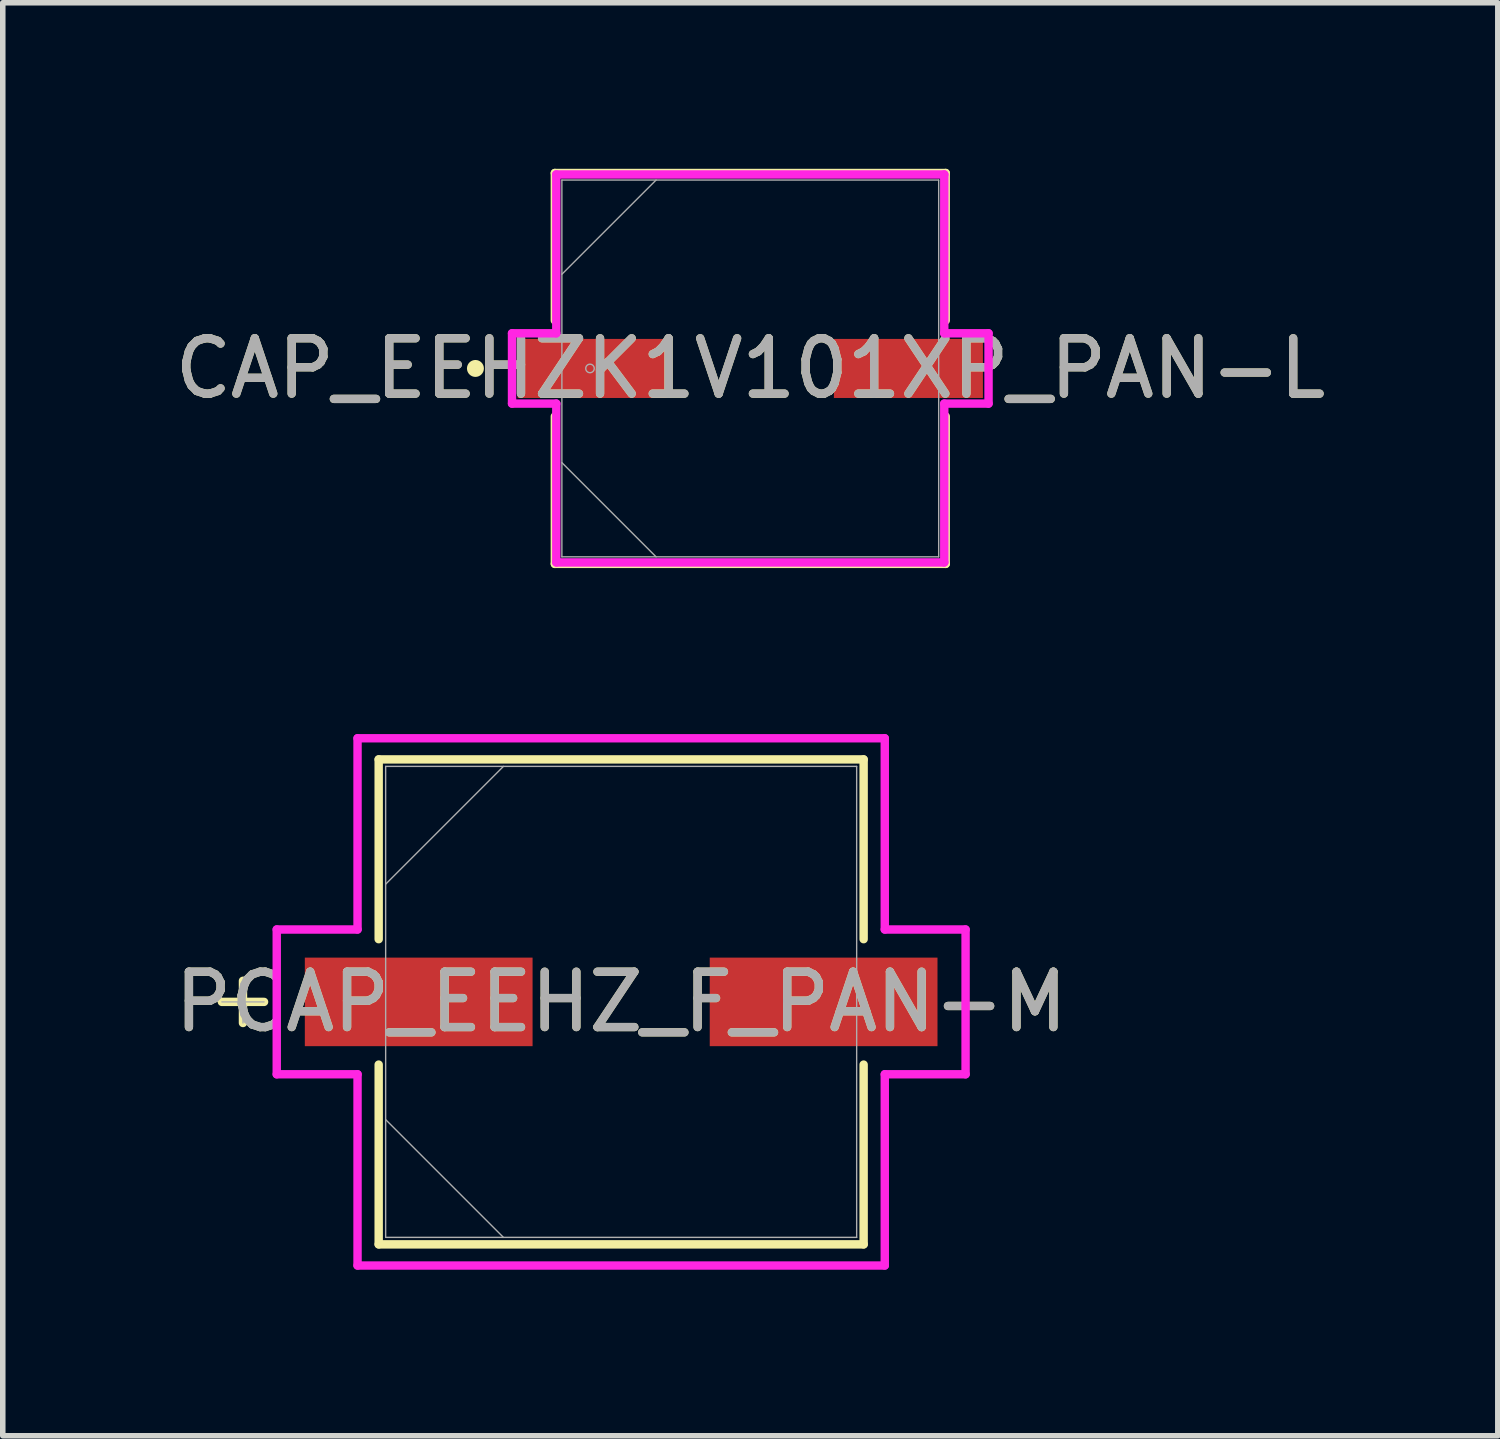
<source format=kicad_pcb>
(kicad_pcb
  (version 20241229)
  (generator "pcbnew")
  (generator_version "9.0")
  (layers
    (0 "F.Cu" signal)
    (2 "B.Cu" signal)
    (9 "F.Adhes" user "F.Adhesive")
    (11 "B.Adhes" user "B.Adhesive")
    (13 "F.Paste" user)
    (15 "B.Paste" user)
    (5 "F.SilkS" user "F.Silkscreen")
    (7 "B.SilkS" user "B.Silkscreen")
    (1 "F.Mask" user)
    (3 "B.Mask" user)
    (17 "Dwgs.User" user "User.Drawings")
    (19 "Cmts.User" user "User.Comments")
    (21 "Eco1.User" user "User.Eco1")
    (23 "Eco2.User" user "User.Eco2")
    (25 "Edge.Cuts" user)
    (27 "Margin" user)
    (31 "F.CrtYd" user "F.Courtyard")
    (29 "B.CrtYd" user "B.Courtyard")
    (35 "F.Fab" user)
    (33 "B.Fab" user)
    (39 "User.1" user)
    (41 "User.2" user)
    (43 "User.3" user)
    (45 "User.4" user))
  (footprint "PCAP_EEHZ_F_PAN-M"
    (layer "F.Cu")
    (at 8.173 15.052)
    (property "Reference" "PCAP_EEHZ_F_PAN-M" (at 0 0 0) (unlocked yes) (layer "F.SilkS") (effects (font (size 1 1) (thickness 0.15))))
    (attr smd)
    (fp_line (start -6.833 -0.381) (end -6.833 0.381) (stroke (width 0.152) (type solid)) (layer "F.SilkS"))
    (fp_line (start -6.452 0) (end -7.214 0) (stroke (width 0.152) (type solid)) (layer "F.SilkS"))
    (fp_line (start -4.381 -4.381) (end -4.381 -1.133) (stroke (width 0.152) (type solid)) (layer "F.SilkS"))
    (fp_line (start -4.381 1.133) (end -4.381 4.381) (stroke (width 0.152) (type solid)) (layer "F.SilkS"))
    (fp_line (start -4.381 4.381) (end 4.381 4.381) (stroke (width 0.152) (type solid)) (layer "F.SilkS"))
    (fp_line (start 4.381 -4.381) (end -4.381 -4.381) (stroke (width 0.152) (type solid)) (layer "F.SilkS"))
    (fp_line (start 4.381 -1.133) (end 4.381 -4.381) (stroke (width 0.152) (type solid)) (layer "F.SilkS"))
    (fp_line (start 4.381 4.381) (end 4.381 1.133) (stroke (width 0.152) (type solid)) (layer "F.SilkS"))
    (fp_line (start -6.223 -1.308) (end -4.763 -1.308) (stroke (width 0.152) (type solid)) (layer "F.CrtYd"))
    (fp_line (start -6.223 1.308) (end -6.223 -1.308) (stroke (width 0.152) (type solid)) (layer "F.CrtYd"))
    (fp_line (start -4.763 -4.763) (end 4.763 -4.763) (stroke (width 0.152) (type solid)) (layer "F.CrtYd"))
    (fp_line (start -4.763 -1.308) (end -4.763 -4.763) (stroke (width 0.152) (type solid)) (layer "F.CrtYd"))
    (fp_line (start -4.763 1.308) (end -6.223 1.308) (stroke (width 0.152) (type solid)) (layer "F.CrtYd"))
    (fp_line (start -4.763 4.763) (end -4.763 1.308) (stroke (width 0.152) (type solid)) (layer "F.CrtYd"))
    (fp_line (start 4.763 -4.763) (end 4.763 -1.308) (stroke (width 0.152) (type solid)) (layer "F.CrtYd"))
    (fp_line (start 4.763 -1.308) (end 6.223 -1.308) (stroke (width 0.152) (type solid)) (layer "F.CrtYd"))
    (fp_line (start 4.763 1.308) (end 4.763 4.763) (stroke (width 0.152) (type solid)) (layer "F.CrtYd"))
    (fp_line (start 4.763 4.763) (end -4.763 4.763) (stroke (width 0.152) (type solid)) (layer "F.CrtYd"))
    (fp_line (start 6.223 -1.308) (end 6.223 1.308) (stroke (width 0.152) (type solid)) (layer "F.CrtYd"))
    (fp_line (start 6.223 1.308) (end 4.763 1.308) (stroke (width 0.152) (type solid)) (layer "F.CrtYd"))
    (fp_line (start -6.833 -0.381) (end -6.833 0.381) (stroke (width 0.025) (type solid)) (layer "F.Fab"))
    (fp_line (start -6.452 0) (end -7.214 0) (stroke (width 0.025) (type solid)) (layer "F.Fab"))
    (fp_line (start -4.255 -4.255) (end -4.255 4.255) (stroke (width 0.025) (type solid)) (layer "F.Fab"))
    (fp_line (start -4.255 -2.127) (end -2.127 -4.255) (stroke (width 0.025) (type solid)) (layer "F.Fab"))
    (fp_line (start -4.255 2.127) (end -2.127 4.255) (stroke (width 0.025) (type solid)) (layer "F.Fab"))
    (fp_line (start -4.255 4.255) (end 4.255 4.255) (stroke (width 0.025) (type solid)) (layer "F.Fab"))
    (fp_line (start 4.255 -4.255) (end -4.255 -4.255) (stroke (width 0.025) (type solid)) (layer "F.Fab"))
    (fp_line (start 4.255 4.255) (end 4.255 -4.255) (stroke (width 0.025) (type solid)) (layer "F.Fab"))
    (fp_text user "${REFERENCE}" (at 0 0 0) (unlocked yes) (layer "F.Fab") (effects (font (size 1 1) (thickness 0.15))))
    (pad "1" smd rect (at -3.658 0) (size 4.115 1.6) (layers "F.Cu" "F.Mask" "F.Paste"))
    (pad "2" smd rect (at 3.658 0) (size 4.115 1.6) (layers "F.Cu" "F.Mask" "F.Paste"))
    (zone (net_name "") (layer "F.Cu") (hatch full 0.508) (connect_pads) (min_thickness 0.254) (filled_areas_thickness no) (keepout (tracks not_allowed) (vias not_allowed) (pads allowed) (copperpour not_allowed) (footprints allowed)) (placement (enabled no)) (fill) (polygon (pts (xy 3.969 10.849) (xy 12.376 10.849) (xy 12.376 14.201) (xy 3.969 14.201))))
    (zone (net_name "") (layer "F.Cu") (hatch full 0.508) (connect_pads) (min_thickness 0.254) (filled_areas_thickness no) (keepout (tracks not_allowed) (vias not_allowed) (pads allowed) (copperpour not_allowed) (footprints allowed)) (placement (enabled no)) (fill) (polygon (pts (xy 3.969 15.903) (xy 12.376 15.903) (xy 12.376 19.256) (xy 3.969 19.256))))
    (zone (net_name "") (layer "F.Cu") (hatch full 0.508) (connect_pads) (min_thickness 0.254) (filled_areas_thickness no) (keepout (tracks not_allowed) (vias not_allowed) (pads allowed) (copperpour not_allowed) (footprints allowed)) (placement (enabled no)) (fill) (polygon (pts (xy 6.623 14.201) (xy 9.722 14.201) (xy 9.722 15.903) (xy 6.623 15.903)))))
  (footprint "CAP_EEHZK1V101XP_PAN-L"
    (layer "F.Cu")
    (at 10.506 3.607)
    (property "Reference" "CAP_EEHZK1V101XP_PAN-L" (at 0 0 0) (unlocked yes) (layer "F.SilkS") (effects (font (size 1 1) (thickness 0.15))))
    (attr smd)
    (fp_line (start -3.531 -3.531) (end -3.531 -0.866) (stroke (width 0.152) (type solid)) (layer "F.SilkS"))
    (fp_line (start -3.531 0.866) (end -3.531 3.531) (stroke (width 0.152) (type solid)) (layer "F.SilkS"))
    (fp_line (start -3.531 3.531) (end 3.531 3.531) (stroke (width 0.152) (type solid)) (layer "F.SilkS"))
    (fp_line (start 3.531 -3.531) (end -3.531 -3.531) (stroke (width 0.152) (type solid)) (layer "F.SilkS"))
    (fp_line (start 3.531 -0.866) (end 3.531 -3.531) (stroke (width 0.152) (type solid)) (layer "F.SilkS"))
    (fp_line (start 3.531 3.531) (end 3.531 0.866) (stroke (width 0.152) (type solid)) (layer "F.SilkS"))
    (fp_circle (center -4.966 0) (end -4.889 0) (stroke (width 0.152) (type solid)) (fill no) (layer "F.SilkS"))
    (fp_line (start -4.305 -0.635) (end -3.505 -0.635) (stroke (width 0.152) (type solid)) (layer "F.CrtYd"))
    (fp_line (start -4.305 0.635) (end -4.305 -0.635) (stroke (width 0.152) (type solid)) (layer "F.CrtYd"))
    (fp_line (start -3.505 -3.505) (end 3.505 -3.505) (stroke (width 0.152) (type solid)) (layer "F.CrtYd"))
    (fp_line (start -3.505 -0.635) (end -3.505 -3.505) (stroke (width 0.152) (type solid)) (layer "F.CrtYd"))
    (fp_line (start -3.505 0.635) (end -4.305 0.635) (stroke (width 0.152) (type solid)) (layer "F.CrtYd"))
    (fp_line (start -3.505 3.505) (end -3.505 0.635) (stroke (width 0.152) (type solid)) (layer "F.CrtYd"))
    (fp_line (start 3.505 -3.505) (end 3.505 -0.635) (stroke (width 0.152) (type solid)) (layer "F.CrtYd"))
    (fp_line (start 3.505 -0.635) (end 4.305 -0.635) (stroke (width 0.152) (type solid)) (layer "F.CrtYd"))
    (fp_line (start 3.505 0.635) (end 3.505 3.505) (stroke (width 0.152) (type solid)) (layer "F.CrtYd"))
    (fp_line (start 3.505 3.505) (end -3.505 3.505) (stroke (width 0.152) (type solid)) (layer "F.CrtYd"))
    (fp_line (start 4.305 -0.635) (end 4.305 0.635) (stroke (width 0.152) (type solid)) (layer "F.CrtYd"))
    (fp_line (start 4.305 0.635) (end 3.505 0.635) (stroke (width 0.152) (type solid)) (layer "F.CrtYd"))
    (fp_line (start -3.404 -3.404) (end -3.404 3.404) (stroke (width 0.025) (type solid)) (layer "F.Fab"))
    (fp_line (start -3.404 -1.702) (end -1.702 -3.404) (stroke (width 0.025) (type solid)) (layer "F.Fab"))
    (fp_line (start -3.404 1.702) (end -1.702 3.404) (stroke (width 0.025) (type solid)) (layer "F.Fab"))
    (fp_line (start -3.404 3.404) (end 3.404 3.404) (stroke (width 0.025) (type solid)) (layer "F.Fab"))
    (fp_line (start 3.404 -3.404) (end -3.404 -3.404) (stroke (width 0.025) (type solid)) (layer "F.Fab"))
    (fp_line (start 3.404 3.404) (end 3.404 -3.404) (stroke (width 0.025) (type solid)) (layer "F.Fab"))
    (fp_circle (center -2.896 0) (end -2.819 0) (stroke (width 0.025) (type solid)) (fill no) (layer "F.Fab"))
    (fp_text user "${REFERENCE}" (at 0 0 0) (unlocked yes) (layer "F.Fab") (effects (font (size 1 1) (thickness 0.15))))
    (pad "1" smd rect (at -2.857 0) (size 2.692 1.067) (layers "F.Cu" "F.Mask" "F.Paste"))
    (pad "2" smd rect (at 2.857 0) (size 2.692 1.067) (layers "F.Cu" "F.Mask" "F.Paste"))
    (zone (net_name "") (layer "F.Cu") (hatch full 0.508) (connect_pads) (min_thickness 0.254) (filled_areas_thickness no) (keepout (tracks not_allowed) (vias not_allowed) (pads allowed) (copperpour not_allowed) (footprints allowed)) (placement (enabled no)) (fill) (polygon (pts (xy 7.153 0.254) (xy 13.859 0.254) (xy 13.859 3.023) (xy 7.153 3.023))))
    (zone (net_name "") (layer "F.Cu") (hatch full 0.508) (connect_pads) (min_thickness 0.254) (filled_areas_thickness no) (keepout (tracks not_allowed) (vias not_allowed) (pads allowed) (copperpour not_allowed) (footprints allowed)) (placement (enabled no)) (fill) (polygon (pts (xy 7.153 4.191) (xy 13.859 4.191) (xy 13.859 6.96) (xy 7.153 6.96))))
    (zone (net_name "") (layer "F.Cu") (hatch full 0.508) (connect_pads) (min_thickness 0.254) (filled_areas_thickness no) (keepout (tracks not_allowed) (vias not_allowed) (pads allowed) (copperpour not_allowed) (footprints allowed)) (placement (enabled no)) (fill) (polygon (pts (xy 9.045 3.023) (xy 11.966 3.023) (xy 11.966 4.191) (xy 9.045 4.191)))))
  (gr_rect
    (start -3 -3)
    (end 24.012 22.891)
    (stroke (width 0.1) (type default))
    (fill no)
    (layer "Edge.Cuts")))
</source>
